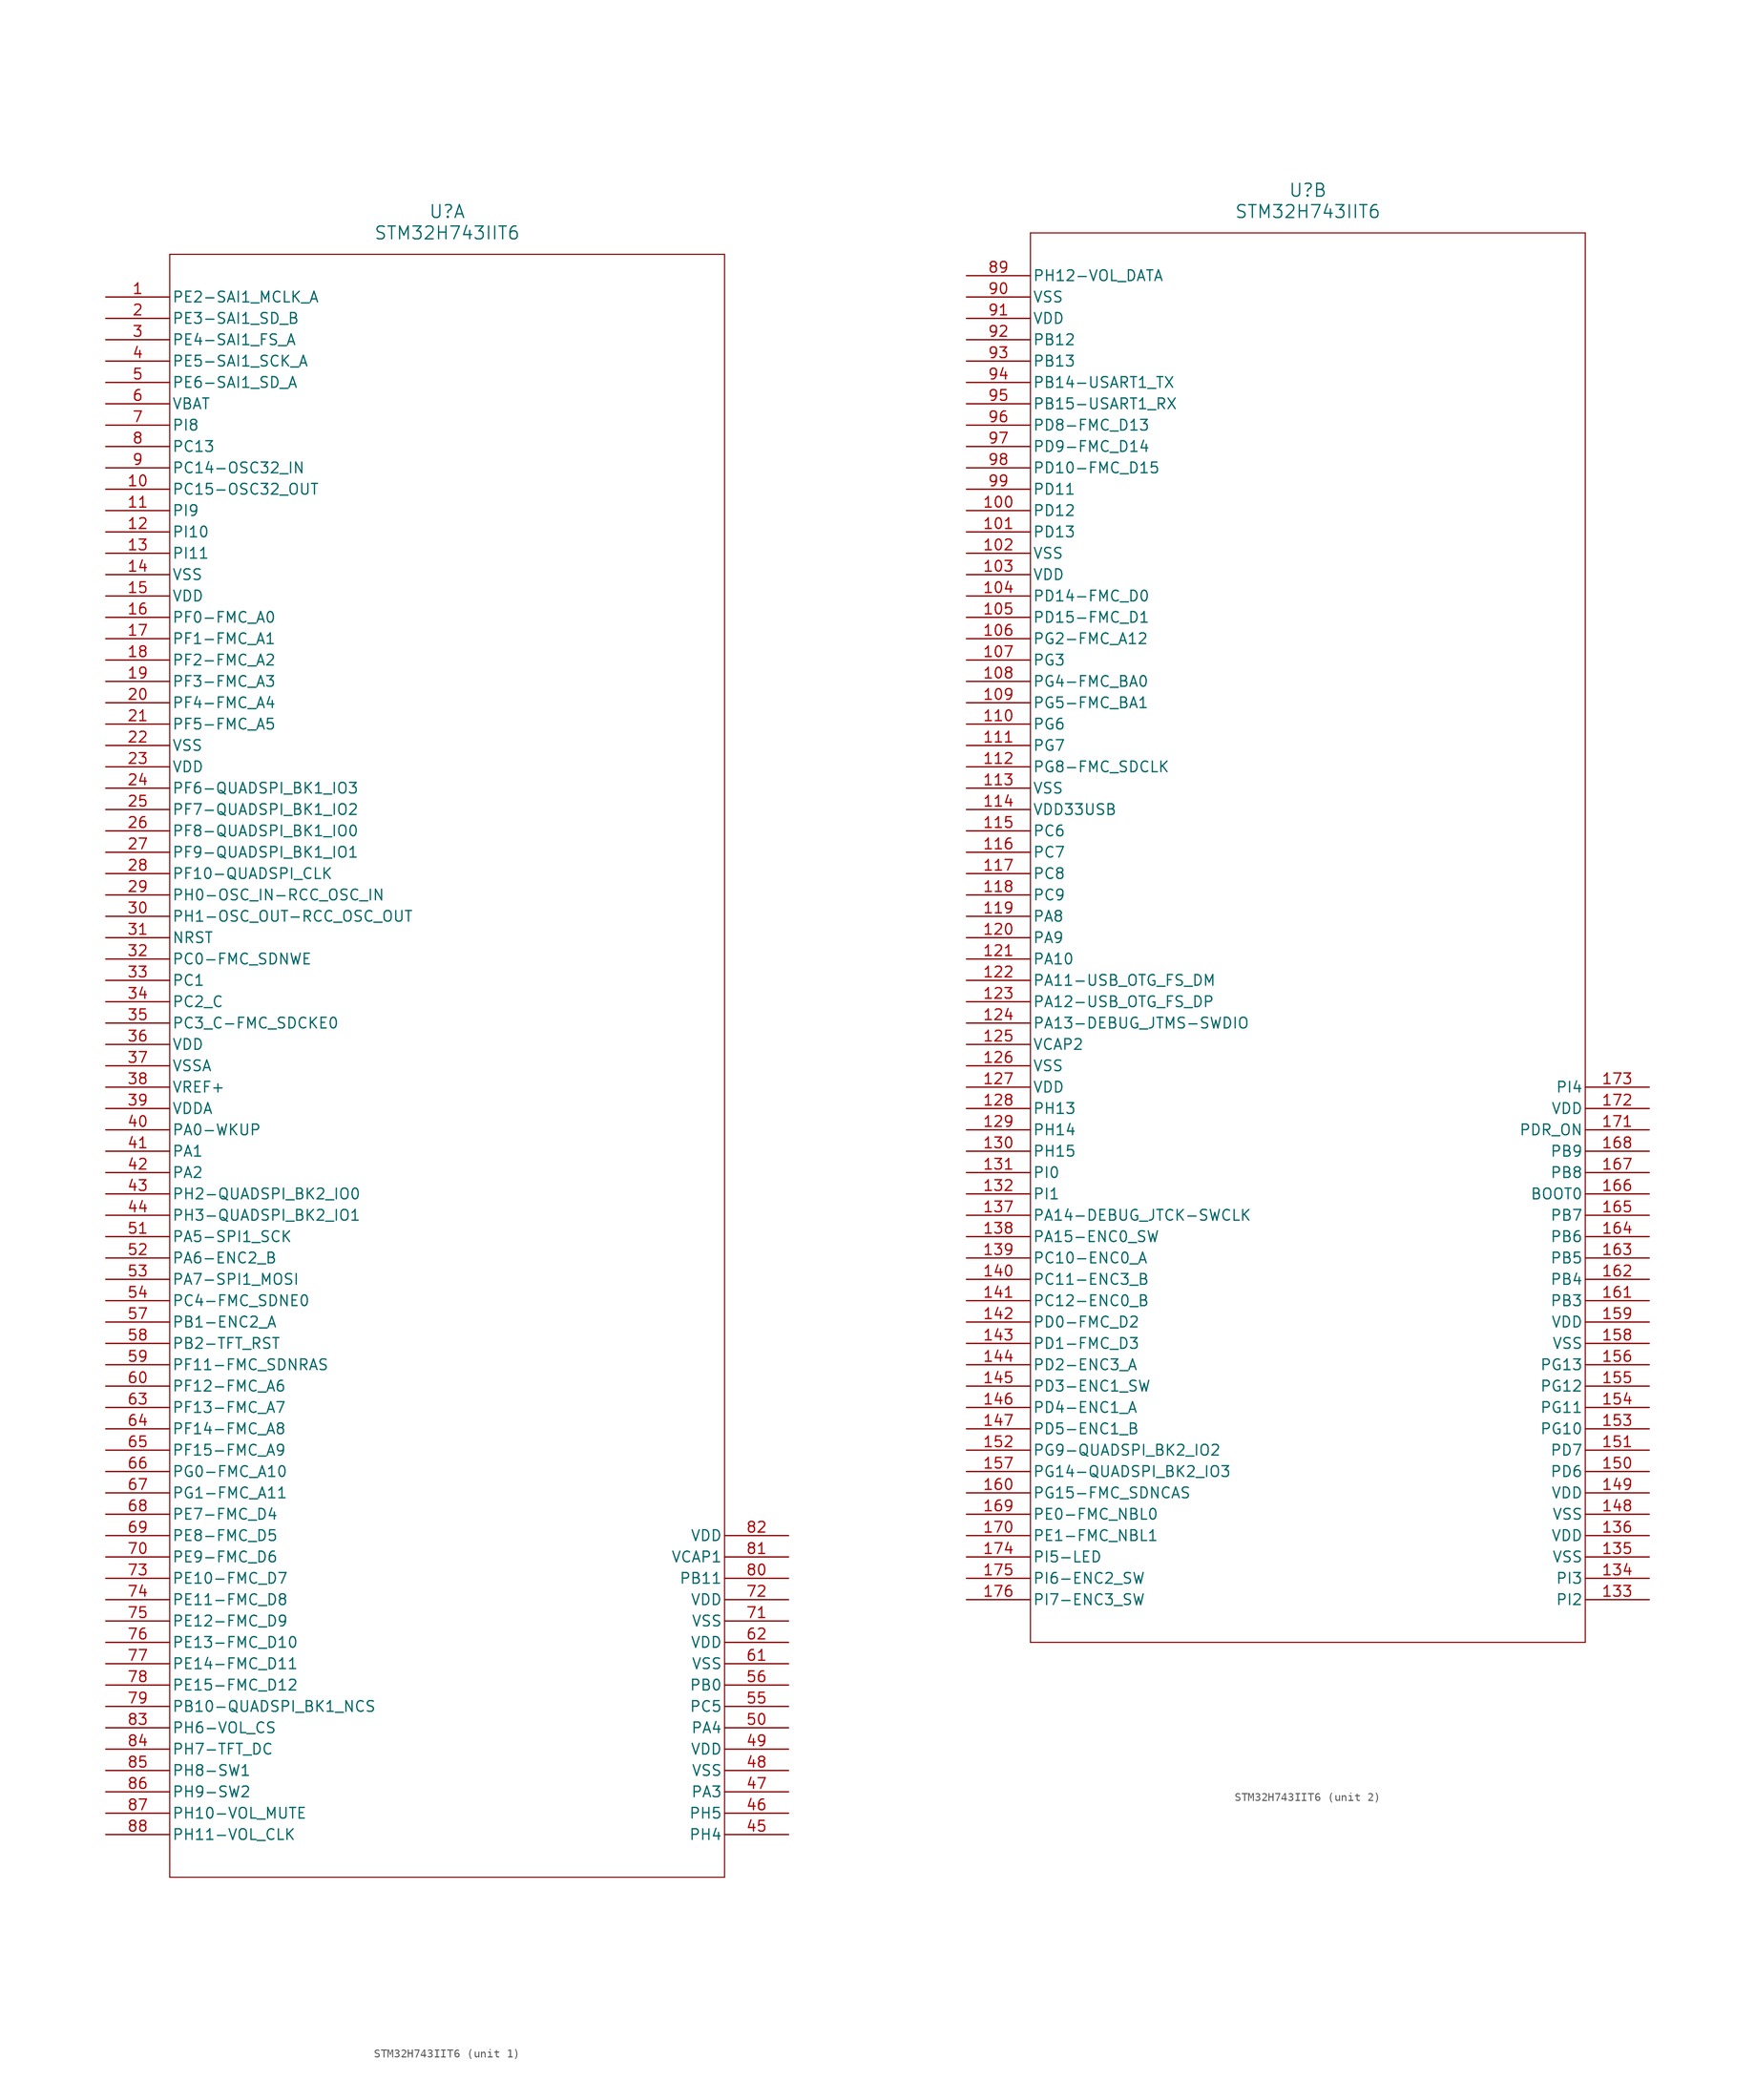
<source format=kicad_sym>
(kicad_symbol_lib
  (version 20211014)
  (generator kicad_symbol_editor)
  (symbol "STM32H743IIT6"
    (pin_names
      (offset 0.254))
    (property "Reference" "U"
      (at 40.64 10.16 0)
      (effects (font (size 1.524 1.524))))
    (property "Value" "STM32H743IIT6"
      (at 40.64 7.62 0)
      (effects (font (size 1.524 1.524))))
    (symbol "STM32H743IIT6_1_1"
      (polyline (pts (xy 7.62 5.08) (xy 7.62 -187.96)) (stroke (width 0.127) (type default) (color 0 0 0 0)) (fill (type none)))
      (polyline (pts (xy 7.62 -187.96) (xy 73.66 -187.96)) (stroke (width 0.127) (type default) (color 0 0 0 0)) (fill (type none)))
      (polyline (pts (xy 73.66 -187.96) (xy 73.66 5.08)) (stroke (width 0.127) (type default) (color 0 0 0 0)) (fill (type none)))
      (polyline (pts (xy 73.66 5.08) (xy 7.62 5.08)) (stroke (width 0.127) (type default) (color 0 0 0 0)) (fill (type none)))
      (pin unspecified line (at 0 0 0) (length 7.62) (name "PE2-SAI1_MCLK_A" (effects (font (size 1.27 1.27)))) (number "1" (effects (font (size 1.27 1.27)))))
      (pin unspecified line (at 0 -2.54 0) (length 7.62) (name "PE3-SAI1_SD_B" (effects (font (size 1.27 1.27)))) (number "2" (effects (font (size 1.27 1.27)))))
      (pin unspecified line (at 0 -5.08 0) (length 7.62) (name "PE4-SAI1_FS_A" (effects (font (size 1.27 1.27)))) (number "3" (effects (font (size 1.27 1.27)))))
      (pin unspecified line (at 0 -7.62 0) (length 7.62) (name "PE5-SAI1_SCK_A" (effects (font (size 1.27 1.27)))) (number "4" (effects (font (size 1.27 1.27)))))
      (pin unspecified line (at 0 -10.16 0) (length 7.62) (name "PE6-SAI1_SD_A" (effects (font (size 1.27 1.27)))) (number "5" (effects (font (size 1.27 1.27)))))
      (pin power_in line (at 0 -12.7 0) (length 7.62) (name "VBAT" (effects (font (size 1.27 1.27)))) (number "6" (effects (font (size 1.27 1.27)))))
      (pin bidirectional line (at 0 -15.24 0) (length 7.62) (name "PI8" (effects (font (size 1.27 1.27)))) (number "7" (effects (font (size 1.27 1.27)))))
      (pin bidirectional line (at 0 -17.78 0) (length 7.62) (name "PC13" (effects (font (size 1.27 1.27)))) (number "8" (effects (font (size 1.27 1.27)))))
      (pin bidirectional line (at 0 -20.32 0) (length 7.62) (name "PC14-OSC32_IN" (effects (font (size 1.27 1.27)))) (number "9" (effects (font (size 1.27 1.27)))))
      (pin bidirectional line (at 0 -22.86 0) (length 7.62) (name "PC15-OSC32_OUT" (effects (font (size 1.27 1.27)))) (number "10" (effects (font (size 1.27 1.27)))))
      (pin bidirectional line (at 0 -25.4 0) (length 7.62) (name "PI9" (effects (font (size 1.27 1.27)))) (number "11" (effects (font (size 1.27 1.27)))))
      (pin bidirectional line (at 0 -27.94 0) (length 7.62) (name "PI10" (effects (font (size 1.27 1.27)))) (number "12" (effects (font (size 1.27 1.27)))))
      (pin bidirectional line (at 0 -30.48 0) (length 7.62) (name "PI11" (effects (font (size 1.27 1.27)))) (number "13" (effects (font (size 1.27 1.27)))))
      (pin power_in line (at 0 -33.02 0) (length 7.62) (name "VSS" (effects (font (size 1.27 1.27)))) (number "14" (effects (font (size 1.27 1.27)))))
      (pin power_in line (at 0 -35.56 0) (length 7.62) (name "VDD" (effects (font (size 1.27 1.27)))) (number "15" (effects (font (size 1.27 1.27)))))
      (pin unspecified line (at 0 -38.1 0) (length 7.62) (name "PF0-FMC_A0" (effects (font (size 1.27 1.27)))) (number "16" (effects (font (size 1.27 1.27)))))
      (pin unspecified line (at 0 -40.64 0) (length 7.62) (name "PF1-FMC_A1" (effects (font (size 1.27 1.27)))) (number "17" (effects (font (size 1.27 1.27)))))
      (pin unspecified line (at 0 -43.18 0) (length 7.62) (name "PF2-FMC_A2" (effects (font (size 1.27 1.27)))) (number "18" (effects (font (size 1.27 1.27)))))
      (pin unspecified line (at 0 -45.72 0) (length 7.62) (name "PF3-FMC_A3" (effects (font (size 1.27 1.27)))) (number "19" (effects (font (size 1.27 1.27)))))
      (pin unspecified line (at 0 -48.26 0) (length 7.62) (name "PF4-FMC_A4" (effects (font (size 1.27 1.27)))) (number "20" (effects (font (size 1.27 1.27)))))
      (pin unspecified line (at 0 -50.8 0) (length 7.62) (name "PF5-FMC_A5" (effects (font (size 1.27 1.27)))) (number "21" (effects (font (size 1.27 1.27)))))
      (pin power_in line (at 0 -53.34 0) (length 7.62) (name "VSS" (effects (font (size 1.27 1.27)))) (number "22" (effects (font (size 1.27 1.27)))))
      (pin power_in line (at 0 -55.88 0) (length 7.62) (name "VDD" (effects (font (size 1.27 1.27)))) (number "23" (effects (font (size 1.27 1.27)))))
      (pin unspecified line (at 0 -58.42 0) (length 7.62) (name "PF6-QUADSPI_BK1_IO3" (effects (font (size 1.27 1.27)))) (number "24" (effects (font (size 1.27 1.27)))))
      (pin unspecified line (at 0 -60.96 0) (length 7.62) (name "PF7-QUADSPI_BK1_IO2" (effects (font (size 1.27 1.27)))) (number "25" (effects (font (size 1.27 1.27)))))
      (pin unspecified line (at 0 -63.5 0) (length 7.62) (name "PF8-QUADSPI_BK1_IO0" (effects (font (size 1.27 1.27)))) (number "26" (effects (font (size 1.27 1.27)))))
      (pin unspecified line (at 0 -66.04 0) (length 7.62) (name "PF9-QUADSPI_BK1_IO1" (effects (font (size 1.27 1.27)))) (number "27" (effects (font (size 1.27 1.27)))))
      (pin unspecified line (at 0 -68.58 0) (length 7.62) (name "PF10-QUADSPI_CLK" (effects (font (size 1.27 1.27)))) (number "28" (effects (font (size 1.27 1.27)))))
      (pin unspecified line (at 0 -71.12 0) (length 7.62) (name "PH0-OSC_IN-RCC_OSC_IN" (effects (font (size 1.27 1.27)))) (number "29" (effects (font (size 1.27 1.27)))))
      (pin unspecified line (at 0 -73.66 0) (length 7.62) (name "PH1-OSC_OUT-RCC_OSC_OUT" (effects (font (size 1.27 1.27)))) (number "30" (effects (font (size 1.27 1.27)))))
      (pin bidirectional line (at 0 -76.2 0) (length 7.62) (name "NRST" (effects (font (size 1.27 1.27)))) (number "31" (effects (font (size 1.27 1.27)))))
      (pin unspecified line (at 0 -78.74 0) (length 7.62) (name "PC0-FMC_SDNWE" (effects (font (size 1.27 1.27)))) (number "32" (effects (font (size 1.27 1.27)))))
      (pin bidirectional line (at 0 -81.28 0) (length 7.62) (name "PC1" (effects (font (size 1.27 1.27)))) (number "33" (effects (font (size 1.27 1.27)))))
      (pin bidirectional line (at 0 -83.82 0) (length 7.62) (name "PC2_C" (effects (font (size 1.27 1.27)))) (number "34" (effects (font (size 1.27 1.27)))))
      (pin unspecified line (at 0 -86.36 0) (length 7.62) (name "PC3_C-FMC_SDCKE0" (effects (font (size 1.27 1.27)))) (number "35" (effects (font (size 1.27 1.27)))))
      (pin power_in line (at 0 -88.9 0) (length 7.62) (name "VDD" (effects (font (size 1.27 1.27)))) (number "36" (effects (font (size 1.27 1.27)))))
      (pin power_in line (at 0 -91.44 0) (length 7.62) (name "VSSA" (effects (font (size 1.27 1.27)))) (number "37" (effects (font (size 1.27 1.27)))))
      (pin power_in line (at 0 -93.98 0) (length 7.62) (name "VREF+" (effects (font (size 1.27 1.27)))) (number "38" (effects (font (size 1.27 1.27)))))
      (pin power_in line (at 0 -96.52 0) (length 7.62) (name "VDDA" (effects (font (size 1.27 1.27)))) (number "39" (effects (font (size 1.27 1.27)))))
      (pin bidirectional line (at 0 -99.06 0) (length 7.62) (name "PA0-WKUP" (effects (font (size 1.27 1.27)))) (number "40" (effects (font (size 1.27 1.27)))))
      (pin bidirectional line (at 0 -101.6 0) (length 7.62) (name "PA1" (effects (font (size 1.27 1.27)))) (number "41" (effects (font (size 1.27 1.27)))))
      (pin bidirectional line (at 0 -104.14 0) (length 7.62) (name "PA2" (effects (font (size 1.27 1.27)))) (number "42" (effects (font (size 1.27 1.27)))))
      (pin unspecified line (at 0 -106.68 0) (length 7.62) (name "PH2-QUADSPI_BK2_IO0" (effects (font (size 1.27 1.27)))) (number "43" (effects (font (size 1.27 1.27)))))
      (pin unspecified line (at 0 -109.22 0) (length 7.62) (name "PH3-QUADSPI_BK2_IO1" (effects (font (size 1.27 1.27)))) (number "44" (effects (font (size 1.27 1.27)))))
      (pin bidirectional line (at 81.28 -182.88 180) (length 7.62) (name "PH4" (effects (font (size 1.27 1.27)))) (number "45" (effects (font (size 1.27 1.27)))))
      (pin bidirectional line (at 81.28 -180.34 180) (length 7.62) (name "PH5" (effects (font (size 1.27 1.27)))) (number "46" (effects (font (size 1.27 1.27)))))
      (pin bidirectional line (at 81.28 -177.8 180) (length 7.62) (name "PA3" (effects (font (size 1.27 1.27)))) (number "47" (effects (font (size 1.27 1.27)))))
      (pin power_in line (at 81.28 -175.26 180) (length 7.62) (name "VSS" (effects (font (size 1.27 1.27)))) (number "48" (effects (font (size 1.27 1.27)))))
      (pin power_in line (at 81.28 -172.72 180) (length 7.62) (name "VDD" (effects (font (size 1.27 1.27)))) (number "49" (effects (font (size 1.27 1.27)))))
      (pin bidirectional line (at 81.28 -170.18 180) (length 7.62) (name "PA4" (effects (font (size 1.27 1.27)))) (number "50" (effects (font (size 1.27 1.27)))))
      (pin unspecified line (at 0 -111.76 0) (length 7.62) (name "PA5-SPI1_SCK" (effects (font (size 1.27 1.27)))) (number "51" (effects (font (size 1.27 1.27)))))
      (pin unspecified line (at 0 -114.3 0) (length 7.62) (name "PA6-ENC2_B" (effects (font (size 1.27 1.27)))) (number "52" (effects (font (size 1.27 1.27)))))
      (pin unspecified line (at 0 -116.84 0) (length 7.62) (name "PA7-SPI1_MOSI" (effects (font (size 1.27 1.27)))) (number "53" (effects (font (size 1.27 1.27)))))
      (pin unspecified line (at 0 -119.38 0) (length 7.62) (name "PC4-FMC_SDNE0" (effects (font (size 1.27 1.27)))) (number "54" (effects (font (size 1.27 1.27)))))
      (pin bidirectional line (at 81.28 -167.64 180) (length 7.62) (name "PC5" (effects (font (size 1.27 1.27)))) (number "55" (effects (font (size 1.27 1.27)))))
      (pin bidirectional line (at 81.28 -165.1 180) (length 7.62) (name "PB0" (effects (font (size 1.27 1.27)))) (number "56" (effects (font (size 1.27 1.27)))))
      (pin unspecified line (at 0 -121.92 0) (length 7.62) (name "PB1-ENC2_A" (effects (font (size 1.27 1.27)))) (number "57" (effects (font (size 1.27 1.27)))))
      (pin unspecified line (at 0 -124.46 0) (length 7.62) (name "PB2-TFT_RST" (effects (font (size 1.27 1.27)))) (number "58" (effects (font (size 1.27 1.27)))))
      (pin unspecified line (at 0 -127 0) (length 7.62) (name "PF11-FMC_SDNRAS" (effects (font (size 1.27 1.27)))) (number "59" (effects (font (size 1.27 1.27)))))
      (pin unspecified line (at 0 -129.54 0) (length 7.62) (name "PF12-FMC_A6" (effects (font (size 1.27 1.27)))) (number "60" (effects (font (size 1.27 1.27)))))
      (pin power_in line (at 81.28 -162.56 180) (length 7.62) (name "VSS" (effects (font (size 1.27 1.27)))) (number "61" (effects (font (size 1.27 1.27)))))
      (pin power_in line (at 81.28 -160.02 180) (length 7.62) (name "VDD" (effects (font (size 1.27 1.27)))) (number "62" (effects (font (size 1.27 1.27)))))
      (pin unspecified line (at 0 -132.08 0) (length 7.62) (name "PF13-FMC_A7" (effects (font (size 1.27 1.27)))) (number "63" (effects (font (size 1.27 1.27)))))
      (pin unspecified line (at 0 -134.62 0) (length 7.62) (name "PF14-FMC_A8" (effects (font (size 1.27 1.27)))) (number "64" (effects (font (size 1.27 1.27)))))
      (pin unspecified line (at 0 -137.16 0) (length 7.62) (name "PF15-FMC_A9" (effects (font (size 1.27 1.27)))) (number "65" (effects (font (size 1.27 1.27)))))
      (pin unspecified line (at 0 -139.7 0) (length 7.62) (name "PG0-FMC_A10" (effects (font (size 1.27 1.27)))) (number "66" (effects (font (size 1.27 1.27)))))
      (pin unspecified line (at 0 -142.24 0) (length 7.62) (name "PG1-FMC_A11" (effects (font (size 1.27 1.27)))) (number "67" (effects (font (size 1.27 1.27)))))
      (pin unspecified line (at 0 -144.78 0) (length 7.62) (name "PE7-FMC_D4" (effects (font (size 1.27 1.27)))) (number "68" (effects (font (size 1.27 1.27)))))
      (pin unspecified line (at 0 -147.32 0) (length 7.62) (name "PE8-FMC_D5" (effects (font (size 1.27 1.27)))) (number "69" (effects (font (size 1.27 1.27)))))
      (pin unspecified line (at 0 -149.86 0) (length 7.62) (name "PE9-FMC_D6" (effects (font (size 1.27 1.27)))) (number "70" (effects (font (size 1.27 1.27)))))
      (pin power_in line (at 81.28 -157.48 180) (length 7.62) (name "VSS" (effects (font (size 1.27 1.27)))) (number "71" (effects (font (size 1.27 1.27)))))
      (pin power_in line (at 81.28 -154.94 180) (length 7.62) (name "VDD" (effects (font (size 1.27 1.27)))) (number "72" (effects (font (size 1.27 1.27)))))
      (pin unspecified line (at 0 -152.4 0) (length 7.62) (name "PE10-FMC_D7" (effects (font (size 1.27 1.27)))) (number "73" (effects (font (size 1.27 1.27)))))
      (pin unspecified line (at 0 -154.94 0) (length 7.62) (name "PE11-FMC_D8" (effects (font (size 1.27 1.27)))) (number "74" (effects (font (size 1.27 1.27)))))
      (pin unspecified line (at 0 -157.48 0) (length 7.62) (name "PE12-FMC_D9" (effects (font (size 1.27 1.27)))) (number "75" (effects (font (size 1.27 1.27)))))
      (pin unspecified line (at 0 -160.02 0) (length 7.62) (name "PE13-FMC_D10" (effects (font (size 1.27 1.27)))) (number "76" (effects (font (size 1.27 1.27)))))
      (pin unspecified line (at 0 -162.56 0) (length 7.62) (name "PE14-FMC_D11" (effects (font (size 1.27 1.27)))) (number "77" (effects (font (size 1.27 1.27)))))
      (pin unspecified line (at 0 -165.1 0) (length 7.62) (name "PE15-FMC_D12" (effects (font (size 1.27 1.27)))) (number "78" (effects (font (size 1.27 1.27)))))
      (pin unspecified line (at 0 -167.64 0) (length 7.62) (name "PB10-QUADSPI_BK1_NCS" (effects (font (size 1.27 1.27)))) (number "79" (effects (font (size 1.27 1.27)))))
      (pin bidirectional line (at 81.28 -152.4 180) (length 7.62) (name "PB11" (effects (font (size 1.27 1.27)))) (number "80" (effects (font (size 1.27 1.27)))))
      (pin power_in line (at 81.28 -149.86 180) (length 7.62) (name "VCAP1" (effects (font (size 1.27 1.27)))) (number "81" (effects (font (size 1.27 1.27)))))
      (pin power_in line (at 81.28 -147.32 180) (length 7.62) (name "VDD" (effects (font (size 1.27 1.27)))) (number "82" (effects (font (size 1.27 1.27)))))
      (pin unspecified line (at 0 -170.18 0) (length 7.62) (name "PH6-VOL_CS" (effects (font (size 1.27 1.27)))) (number "83" (effects (font (size 1.27 1.27)))))
      (pin unspecified line (at 0 -172.72 0) (length 7.62) (name "PH7-TFT_DC" (effects (font (size 1.27 1.27)))) (number "84" (effects (font (size 1.27 1.27)))))
      (pin unspecified line (at 0 -175.26 0) (length 7.62) (name "PH8-SW1" (effects (font (size 1.27 1.27)))) (number "85" (effects (font (size 1.27 1.27)))))
      (pin unspecified line (at 0 -177.8 0) (length 7.62) (name "PH9-SW2" (effects (font (size 1.27 1.27)))) (number "86" (effects (font (size 1.27 1.27)))))
      (pin unspecified line (at 0 -180.34 0) (length 7.62) (name "PH10-VOL_MUTE" (effects (font (size 1.27 1.27)))) (number "87" (effects (font (size 1.27 1.27)))))
      (pin unspecified line (at 0 -182.88 0) (length 7.62) (name "PH11-VOL_CLK" (effects (font (size 1.27 1.27)))) (number "88" (effects (font (size 1.27 1.27))))))
    (symbol "STM32H743IIT6_2_1"
      (polyline (pts (xy 7.62 5.08) (xy 7.62 -162.56)) (stroke (width 0.127) (type default) (color 0 0 0 0)) (fill (type none)))
      (polyline (pts (xy 7.62 -162.56) (xy 73.66 -162.56)) (stroke (width 0.127) (type default) (color 0 0 0 0)) (fill (type none)))
      (polyline (pts (xy 73.66 -162.56) (xy 73.66 5.08)) (stroke (width 0.127) (type default) (color 0 0 0 0)) (fill (type none)))
      (polyline (pts (xy 73.66 5.08) (xy 7.62 5.08)) (stroke (width 0.127) (type default) (color 0 0 0 0)) (fill (type none)))
      (pin unspecified line (at 0 0 0) (length 7.62) (name "PH12-VOL_DATA" (effects (font (size 1.27 1.27)))) (number "89" (effects (font (size 1.27 1.27)))))
      (pin power_in line (at 0 -2.54 0) (length 7.62) (name "VSS" (effects (font (size 1.27 1.27)))) (number "90" (effects (font (size 1.27 1.27)))))
      (pin power_in line (at 0 -5.08 0) (length 7.62) (name "VDD" (effects (font (size 1.27 1.27)))) (number "91" (effects (font (size 1.27 1.27)))))
      (pin bidirectional line (at 0 -7.62 0) (length 7.62) (name "PB12" (effects (font (size 1.27 1.27)))) (number "92" (effects (font (size 1.27 1.27)))))
      (pin bidirectional line (at 0 -10.16 0) (length 7.62) (name "PB13" (effects (font (size 1.27 1.27)))) (number "93" (effects (font (size 1.27 1.27)))))
      (pin unspecified line (at 0 -12.7 0) (length 7.62) (name "PB14-USART1_TX" (effects (font (size 1.27 1.27)))) (number "94" (effects (font (size 1.27 1.27)))))
      (pin unspecified line (at 0 -15.24 0) (length 7.62) (name "PB15-USART1_RX" (effects (font (size 1.27 1.27)))) (number "95" (effects (font (size 1.27 1.27)))))
      (pin unspecified line (at 0 -17.78 0) (length 7.62) (name "PD8-FMC_D13" (effects (font (size 1.27 1.27)))) (number "96" (effects (font (size 1.27 1.27)))))
      (pin unspecified line (at 0 -20.32 0) (length 7.62) (name "PD9-FMC_D14" (effects (font (size 1.27 1.27)))) (number "97" (effects (font (size 1.27 1.27)))))
      (pin unspecified line (at 0 -22.86 0) (length 7.62) (name "PD10-FMC_D15" (effects (font (size 1.27 1.27)))) (number "98" (effects (font (size 1.27 1.27)))))
      (pin bidirectional line (at 0 -25.4 0) (length 7.62) (name "PD11" (effects (font (size 1.27 1.27)))) (number "99" (effects (font (size 1.27 1.27)))))
      (pin bidirectional line (at 0 -27.94 0) (length 7.62) (name "PD12" (effects (font (size 1.27 1.27)))) (number "100" (effects (font (size 1.27 1.27)))))
      (pin bidirectional line (at 0 -30.48 0) (length 7.62) (name "PD13" (effects (font (size 1.27 1.27)))) (number "101" (effects (font (size 1.27 1.27)))))
      (pin power_in line (at 0 -33.02 0) (length 7.62) (name "VSS" (effects (font (size 1.27 1.27)))) (number "102" (effects (font (size 1.27 1.27)))))
      (pin power_in line (at 0 -35.56 0) (length 7.62) (name "VDD" (effects (font (size 1.27 1.27)))) (number "103" (effects (font (size 1.27 1.27)))))
      (pin unspecified line (at 0 -38.1 0) (length 7.62) (name "PD14-FMC_D0" (effects (font (size 1.27 1.27)))) (number "104" (effects (font (size 1.27 1.27)))))
      (pin unspecified line (at 0 -40.64 0) (length 7.62) (name "PD15-FMC_D1" (effects (font (size 1.27 1.27)))) (number "105" (effects (font (size 1.27 1.27)))))
      (pin unspecified line (at 0 -43.18 0) (length 7.62) (name "PG2-FMC_A12" (effects (font (size 1.27 1.27)))) (number "106" (effects (font (size 1.27 1.27)))))
      (pin bidirectional line (at 0 -45.72 0) (length 7.62) (name "PG3" (effects (font (size 1.27 1.27)))) (number "107" (effects (font (size 1.27 1.27)))))
      (pin unspecified line (at 0 -48.26 0) (length 7.62) (name "PG4-FMC_BA0" (effects (font (size 1.27 1.27)))) (number "108" (effects (font (size 1.27 1.27)))))
      (pin unspecified line (at 0 -50.8 0) (length 7.62) (name "PG5-FMC_BA1" (effects (font (size 1.27 1.27)))) (number "109" (effects (font (size 1.27 1.27)))))
      (pin bidirectional line (at 0 -53.34 0) (length 7.62) (name "PG6" (effects (font (size 1.27 1.27)))) (number "110" (effects (font (size 1.27 1.27)))))
      (pin bidirectional line (at 0 -55.88 0) (length 7.62) (name "PG7" (effects (font (size 1.27 1.27)))) (number "111" (effects (font (size 1.27 1.27)))))
      (pin unspecified line (at 0 -58.42 0) (length 7.62) (name "PG8-FMC_SDCLK" (effects (font (size 1.27 1.27)))) (number "112" (effects (font (size 1.27 1.27)))))
      (pin power_in line (at 0 -60.96 0) (length 7.62) (name "VSS" (effects (font (size 1.27 1.27)))) (number "113" (effects (font (size 1.27 1.27)))))
      (pin power_in line (at 0 -63.5 0) (length 7.62) (name "VDD33USB" (effects (font (size 1.27 1.27)))) (number "114" (effects (font (size 1.27 1.27)))))
      (pin bidirectional line (at 0 -66.04 0) (length 7.62) (name "PC6" (effects (font (size 1.27 1.27)))) (number "115" (effects (font (size 1.27 1.27)))))
      (pin bidirectional line (at 0 -68.58 0) (length 7.62) (name "PC7" (effects (font (size 1.27 1.27)))) (number "116" (effects (font (size 1.27 1.27)))))
      (pin bidirectional line (at 0 -71.12 0) (length 7.62) (name "PC8" (effects (font (size 1.27 1.27)))) (number "117" (effects (font (size 1.27 1.27)))))
      (pin bidirectional line (at 0 -73.66 0) (length 7.62) (name "PC9" (effects (font (size 1.27 1.27)))) (number "118" (effects (font (size 1.27 1.27)))))
      (pin bidirectional line (at 0 -76.2 0) (length 7.62) (name "PA8" (effects (font (size 1.27 1.27)))) (number "119" (effects (font (size 1.27 1.27)))))
      (pin bidirectional line (at 0 -78.74 0) (length 7.62) (name "PA9" (effects (font (size 1.27 1.27)))) (number "120" (effects (font (size 1.27 1.27)))))
      (pin bidirectional line (at 0 -81.28 0) (length 7.62) (name "PA10" (effects (font (size 1.27 1.27)))) (number "121" (effects (font (size 1.27 1.27)))))
      (pin unspecified line (at 0 -83.82 0) (length 7.62) (name "PA11-USB_OTG_FS_DM" (effects (font (size 1.27 1.27)))) (number "122" (effects (font (size 1.27 1.27)))))
      (pin unspecified line (at 0 -86.36 0) (length 7.62) (name "PA12-USB_OTG_FS_DP" (effects (font (size 1.27 1.27)))) (number "123" (effects (font (size 1.27 1.27)))))
      (pin unspecified line (at 0 -88.9 0) (length 7.62) (name "PA13-DEBUG_JTMS-SWDIO" (effects (font (size 1.27 1.27)))) (number "124" (effects (font (size 1.27 1.27)))))
      (pin power_in line (at 0 -91.44 0) (length 7.62) (name "VCAP2" (effects (font (size 1.27 1.27)))) (number "125" (effects (font (size 1.27 1.27)))))
      (pin power_in line (at 0 -93.98 0) (length 7.62) (name "VSS" (effects (font (size 1.27 1.27)))) (number "126" (effects (font (size 1.27 1.27)))))
      (pin power_in line (at 0 -96.52 0) (length 7.62) (name "VDD" (effects (font (size 1.27 1.27)))) (number "127" (effects (font (size 1.27 1.27)))))
      (pin bidirectional line (at 0 -99.06 0) (length 7.62) (name "PH13" (effects (font (size 1.27 1.27)))) (number "128" (effects (font (size 1.27 1.27)))))
      (pin bidirectional line (at 0 -101.6 0) (length 7.62) (name "PH14" (effects (font (size 1.27 1.27)))) (number "129" (effects (font (size 1.27 1.27)))))
      (pin bidirectional line (at 0 -104.14 0) (length 7.62) (name "PH15" (effects (font (size 1.27 1.27)))) (number "130" (effects (font (size 1.27 1.27)))))
      (pin bidirectional line (at 0 -106.68 0) (length 7.62) (name "PI0" (effects (font (size 1.27 1.27)))) (number "131" (effects (font (size 1.27 1.27)))))
      (pin bidirectional line (at 0 -109.22 0) (length 7.62) (name "PI1" (effects (font (size 1.27 1.27)))) (number "132" (effects (font (size 1.27 1.27)))))
      (pin bidirectional line (at 81.28 -157.48 180) (length 7.62) (name "PI2" (effects (font (size 1.27 1.27)))) (number "133" (effects (font (size 1.27 1.27)))))
      (pin bidirectional line (at 81.28 -154.94 180) (length 7.62) (name "PI3" (effects (font (size 1.27 1.27)))) (number "134" (effects (font (size 1.27 1.27)))))
      (pin power_in line (at 81.28 -152.4 180) (length 7.62) (name "VSS" (effects (font (size 1.27 1.27)))) (number "135" (effects (font (size 1.27 1.27)))))
      (pin power_in line (at 81.28 -149.86 180) (length 7.62) (name "VDD" (effects (font (size 1.27 1.27)))) (number "136" (effects (font (size 1.27 1.27)))))
      (pin unspecified line (at 0 -111.76 0) (length 7.62) (name "PA14-DEBUG_JTCK-SWCLK" (effects (font (size 1.27 1.27)))) (number "137" (effects (font (size 1.27 1.27)))))
      (pin unspecified line (at 0 -114.3 0) (length 7.62) (name "PA15-ENC0_SW" (effects (font (size 1.27 1.27)))) (number "138" (effects (font (size 1.27 1.27)))))
      (pin unspecified line (at 0 -116.84 0) (length 7.62) (name "PC10-ENC0_A" (effects (font (size 1.27 1.27)))) (number "139" (effects (font (size 1.27 1.27)))))
      (pin unspecified line (at 0 -119.38 0) (length 7.62) (name "PC11-ENC3_B" (effects (font (size 1.27 1.27)))) (number "140" (effects (font (size 1.27 1.27)))))
      (pin unspecified line (at 0 -121.92 0) (length 7.62) (name "PC12-ENC0_B" (effects (font (size 1.27 1.27)))) (number "141" (effects (font (size 1.27 1.27)))))
      (pin unspecified line (at 0 -124.46 0) (length 7.62) (name "PD0-FMC_D2" (effects (font (size 1.27 1.27)))) (number "142" (effects (font (size 1.27 1.27)))))
      (pin unspecified line (at 0 -127 0) (length 7.62) (name "PD1-FMC_D3" (effects (font (size 1.27 1.27)))) (number "143" (effects (font (size 1.27 1.27)))))
      (pin unspecified line (at 0 -129.54 0) (length 7.62) (name "PD2-ENC3_A" (effects (font (size 1.27 1.27)))) (number "144" (effects (font (size 1.27 1.27)))))
      (pin unspecified line (at 0 -132.08 0) (length 7.62) (name "PD3-ENC1_SW" (effects (font (size 1.27 1.27)))) (number "145" (effects (font (size 1.27 1.27)))))
      (pin unspecified line (at 0 -134.62 0) (length 7.62) (name "PD4-ENC1_A" (effects (font (size 1.27 1.27)))) (number "146" (effects (font (size 1.27 1.27)))))
      (pin unspecified line (at 0 -137.16 0) (length 7.62) (name "PD5-ENC1_B" (effects (font (size 1.27 1.27)))) (number "147" (effects (font (size 1.27 1.27)))))
      (pin power_in line (at 81.28 -147.32 180) (length 7.62) (name "VSS" (effects (font (size 1.27 1.27)))) (number "148" (effects (font (size 1.27 1.27)))))
      (pin power_in line (at 81.28 -144.78 180) (length 7.62) (name "VDD" (effects (font (size 1.27 1.27)))) (number "149" (effects (font (size 1.27 1.27)))))
      (pin bidirectional line (at 81.28 -142.24 180) (length 7.62) (name "PD6" (effects (font (size 1.27 1.27)))) (number "150" (effects (font (size 1.27 1.27)))))
      (pin bidirectional line (at 81.28 -139.7 180) (length 7.62) (name "PD7" (effects (font (size 1.27 1.27)))) (number "151" (effects (font (size 1.27 1.27)))))
      (pin unspecified line (at 0 -139.7 0) (length 7.62) (name "PG9-QUADSPI_BK2_IO2" (effects (font (size 1.27 1.27)))) (number "152" (effects (font (size 1.27 1.27)))))
      (pin bidirectional line (at 81.28 -137.16 180) (length 7.62) (name "PG10" (effects (font (size 1.27 1.27)))) (number "153" (effects (font (size 1.27 1.27)))))
      (pin bidirectional line (at 81.28 -134.62 180) (length 7.62) (name "PG11" (effects (font (size 1.27 1.27)))) (number "154" (effects (font (size 1.27 1.27)))))
      (pin bidirectional line (at 81.28 -132.08 180) (length 7.62) (name "PG12" (effects (font (size 1.27 1.27)))) (number "155" (effects (font (size 1.27 1.27)))))
      (pin bidirectional line (at 81.28 -129.54 180) (length 7.62) (name "PG13" (effects (font (size 1.27 1.27)))) (number "156" (effects (font (size 1.27 1.27)))))
      (pin unspecified line (at 0 -142.24 0) (length 7.62) (name "PG14-QUADSPI_BK2_IO3" (effects (font (size 1.27 1.27)))) (number "157" (effects (font (size 1.27 1.27)))))
      (pin power_in line (at 81.28 -127 180) (length 7.62) (name "VSS" (effects (font (size 1.27 1.27)))) (number "158" (effects (font (size 1.27 1.27)))))
      (pin power_in line (at 81.28 -124.46 180) (length 7.62) (name "VDD" (effects (font (size 1.27 1.27)))) (number "159" (effects (font (size 1.27 1.27)))))
      (pin unspecified line (at 0 -144.78 0) (length 7.62) (name "PG15-FMC_SDNCAS" (effects (font (size 1.27 1.27)))) (number "160" (effects (font (size 1.27 1.27)))))
      (pin bidirectional line (at 81.28 -121.92 180) (length 7.62) (name "PB3" (effects (font (size 1.27 1.27)))) (number "161" (effects (font (size 1.27 1.27)))))
      (pin bidirectional line (at 81.28 -119.38 180) (length 7.62) (name "PB4" (effects (font (size 1.27 1.27)))) (number "162" (effects (font (size 1.27 1.27)))))
      (pin bidirectional line (at 81.28 -116.84 180) (length 7.62) (name "PB5" (effects (font (size 1.27 1.27)))) (number "163" (effects (font (size 1.27 1.27)))))
      (pin bidirectional line (at 81.28 -114.3 180) (length 7.62) (name "PB6" (effects (font (size 1.27 1.27)))) (number "164" (effects (font (size 1.27 1.27)))))
      (pin bidirectional line (at 81.28 -111.76 180) (length 7.62) (name "PB7" (effects (font (size 1.27 1.27)))) (number "165" (effects (font (size 1.27 1.27)))))
      (pin input line (at 81.28 -109.22 180) (length 7.62) (name "BOOT0" (effects (font (size 1.27 1.27)))) (number "166" (effects (font (size 1.27 1.27)))))
      (pin bidirectional line (at 81.28 -106.68 180) (length 7.62) (name "PB8" (effects (font (size 1.27 1.27)))) (number "167" (effects (font (size 1.27 1.27)))))
      (pin bidirectional line (at 81.28 -104.14 180) (length 7.62) (name "PB9" (effects (font (size 1.27 1.27)))) (number "168" (effects (font (size 1.27 1.27)))))
      (pin unspecified line (at 0 -147.32 0) (length 7.62) (name "PE0-FMC_NBL0" (effects (font (size 1.27 1.27)))) (number "169" (effects (font (size 1.27 1.27)))))
      (pin unspecified line (at 0 -149.86 0) (length 7.62) (name "PE1-FMC_NBL1" (effects (font (size 1.27 1.27)))) (number "170" (effects (font (size 1.27 1.27)))))
      (pin unspecified line (at 81.28 -101.6 180) (length 7.62) (name "PDR_ON" (effects (font (size 1.27 1.27)))) (number "171" (effects (font (size 1.27 1.27)))))
      (pin power_in line (at 81.28 -99.06 180) (length 7.62) (name "VDD" (effects (font (size 1.27 1.27)))) (number "172" (effects (font (size 1.27 1.27)))))
      (pin bidirectional line (at 81.28 -96.52 180) (length 7.62) (name "PI4" (effects (font (size 1.27 1.27)))) (number "173" (effects (font (size 1.27 1.27)))))
      (pin unspecified line (at 0 -152.4 0) (length 7.62) (name "PI5-LED" (effects (font (size 1.27 1.27)))) (number "174" (effects (font (size 1.27 1.27)))))
      (pin unspecified line (at 0 -154.94 0) (length 7.62) (name "PI6-ENC2_SW" (effects (font (size 1.27 1.27)))) (number "175" (effects (font (size 1.27 1.27)))))
      (pin unspecified line (at 0 -157.48 0) (length 7.62) (name "PI7-ENC3_SW" (effects (font (size 1.27 1.27)))) (number "176" (effects (font (size 1.27 1.27))))))))
</source>
